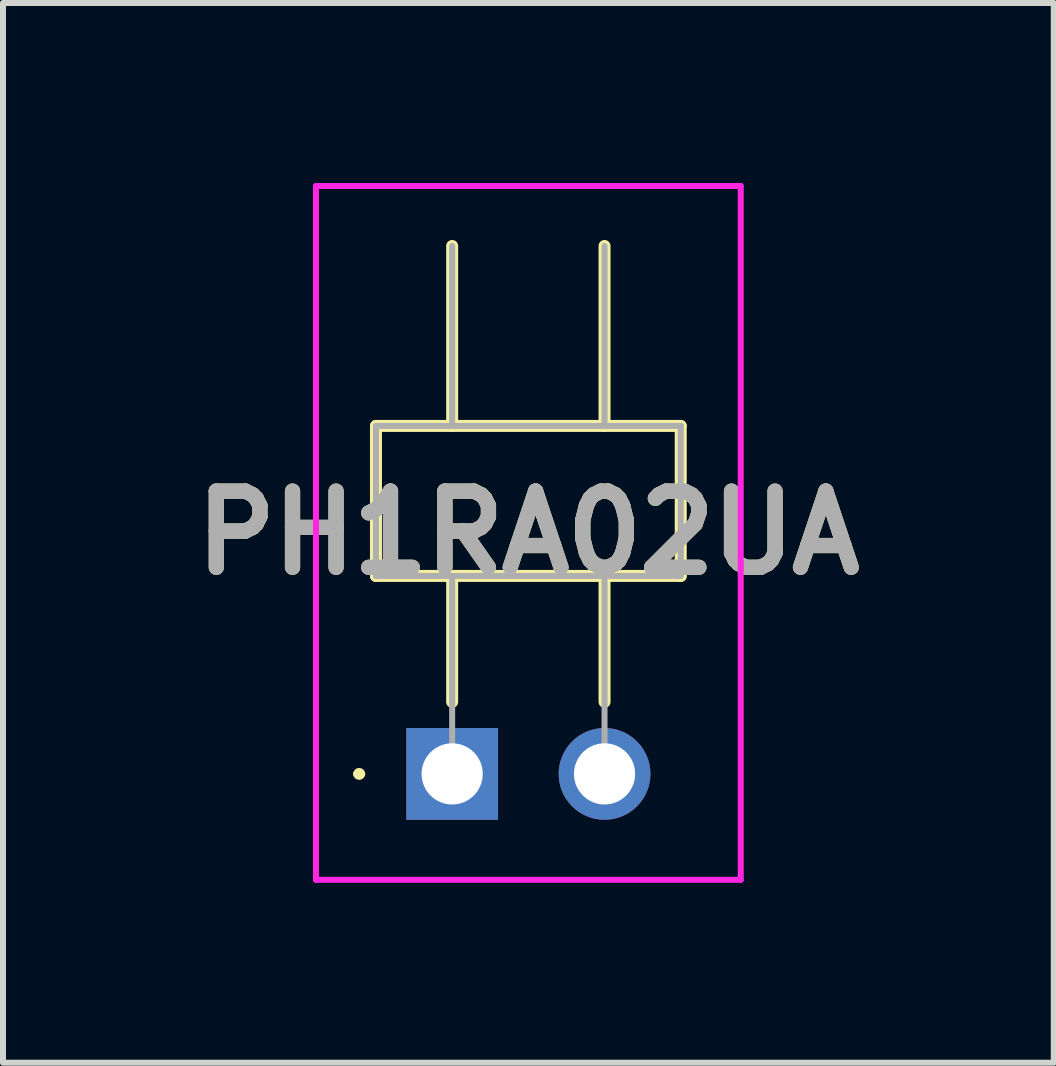
<source format=kicad_pcb>
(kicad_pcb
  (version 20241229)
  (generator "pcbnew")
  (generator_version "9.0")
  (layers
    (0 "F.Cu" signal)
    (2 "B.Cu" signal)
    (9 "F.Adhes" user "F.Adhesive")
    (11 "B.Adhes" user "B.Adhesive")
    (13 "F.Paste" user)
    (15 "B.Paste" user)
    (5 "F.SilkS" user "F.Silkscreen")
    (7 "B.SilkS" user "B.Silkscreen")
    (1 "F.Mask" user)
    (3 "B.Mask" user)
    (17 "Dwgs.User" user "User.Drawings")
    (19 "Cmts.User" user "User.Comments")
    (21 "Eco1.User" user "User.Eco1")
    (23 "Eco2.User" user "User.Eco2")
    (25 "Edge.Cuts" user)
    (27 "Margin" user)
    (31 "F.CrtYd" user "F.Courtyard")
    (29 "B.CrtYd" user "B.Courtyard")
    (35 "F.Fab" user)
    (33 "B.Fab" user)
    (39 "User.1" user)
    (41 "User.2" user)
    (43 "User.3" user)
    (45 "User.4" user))
  (footprint "PH1RA02UA"
    (layer "F.Cu")
    (at 4.487 9.85)
    (property "Reference" "PH1RA02UA" (at 1.27 -4.018 0) (layer "F.SilkS") (effects (font (size 1.27 1.27) (thickness 0.254))))
    (attr through_hole)
    (fp_line (start -1.6 0) (end -1.6 0) (stroke (width 0.1) (type solid)) (layer "F.SilkS"))
    (fp_line (start -1.5 0) (end -1.5 0) (stroke (width 0.1) (type solid)) (layer "F.SilkS"))
    (fp_line (start -1.27 -5.8) (end -1.27 -3.3) (stroke (width 0.2) (type solid)) (layer "F.SilkS"))
    (fp_line (start -1.27 -3.3) (end 3.81 -3.3) (stroke (width 0.2) (type solid)) (layer "F.SilkS"))
    (fp_line (start 0 -5.8) (end 0 -8.8) (stroke (width 0.2) (type solid)) (layer "F.SilkS"))
    (fp_line (start 0 -1.2) (end 0 -3.3) (stroke (width 0.2) (type solid)) (layer "F.SilkS"))
    (fp_line (start 2.54 -5.8) (end 2.54 -8.8) (stroke (width 0.2) (type solid)) (layer "F.SilkS"))
    (fp_line (start 2.54 -1.2) (end 2.54 -3.3) (stroke (width 0.2) (type solid)) (layer "F.SilkS"))
    (fp_line (start 3.81 -5.8) (end -1.27 -5.8) (stroke (width 0.2) (type solid)) (layer "F.SilkS"))
    (fp_line (start 3.81 -3.3) (end 3.81 -5.8) (stroke (width 0.2) (type solid)) (layer "F.SilkS"))
    (fp_arc (start -1.6 0) (mid -1.55 -0.05) (end -1.5 0) (stroke (width 0.1) (type solid)) (layer "F.SilkS"))
    (fp_arc (start -1.5 0) (mid -1.55 0.05) (end -1.6 0) (stroke (width 0.1) (type solid)) (layer "F.SilkS"))
    (fp_line (start -2.27 -9.8) (end -2.27 1.765) (stroke (width 0.1) (type solid)) (layer "F.CrtYd"))
    (fp_line (start -2.27 1.765) (end 4.81 1.765) (stroke (width 0.1) (type solid)) (layer "F.CrtYd"))
    (fp_line (start 4.81 -9.8) (end -2.27 -9.8) (stroke (width 0.1) (type solid)) (layer "F.CrtYd"))
    (fp_line (start 4.81 1.765) (end 4.81 -9.8) (stroke (width 0.1) (type solid)) (layer "F.CrtYd"))
    (fp_line (start -1.27 -5.8) (end 3.81 -5.8) (stroke (width 0.1) (type solid)) (layer "F.Fab"))
    (fp_line (start -1.27 -3.3) (end -1.27 -5.8) (stroke (width 0.1) (type solid)) (layer "F.Fab"))
    (fp_line (start 0 -5.8) (end 0 -8.8) (stroke (width 0.1) (type solid)) (layer "F.Fab"))
    (fp_line (start 0 0) (end 0 -3.3) (stroke (width 0.1) (type solid)) (layer "F.Fab"))
    (fp_line (start 2.54 -5.8) (end 2.54 -8.8) (stroke (width 0.1) (type solid)) (layer "F.Fab"))
    (fp_line (start 2.54 0) (end 2.54 -3.3) (stroke (width 0.1) (type solid)) (layer "F.Fab"))
    (fp_line (start 3.81 -5.8) (end 3.81 -3.3) (stroke (width 0.1) (type solid)) (layer "F.Fab"))
    (fp_line (start 3.81 -3.3) (end -1.27 -3.3) (stroke (width 0.1) (type solid)) (layer "F.Fab"))
    (fp_text user "${REFERENCE}" (at 1.27 -4.018 0) (layer "F.Fab") (effects (font (size 1.27 1.27) (thickness 0.254))))
    (pad "1" thru_hole rect (at 0 0) (size 1.53 1.53) (drill 1.02) (layers "*.Cu" "*.Mask"))
    (pad "2" thru_hole circle (at 2.54 0) (size 1.53 1.53) (drill 1.02) (layers "*.Cu" "*.Mask")))
  (gr_rect
    (start -3 -3)
    (end 14.515 14.665)
    (stroke (width 0.1) (type default))
    (fill no)
    (layer "Edge.Cuts")))
</source>
